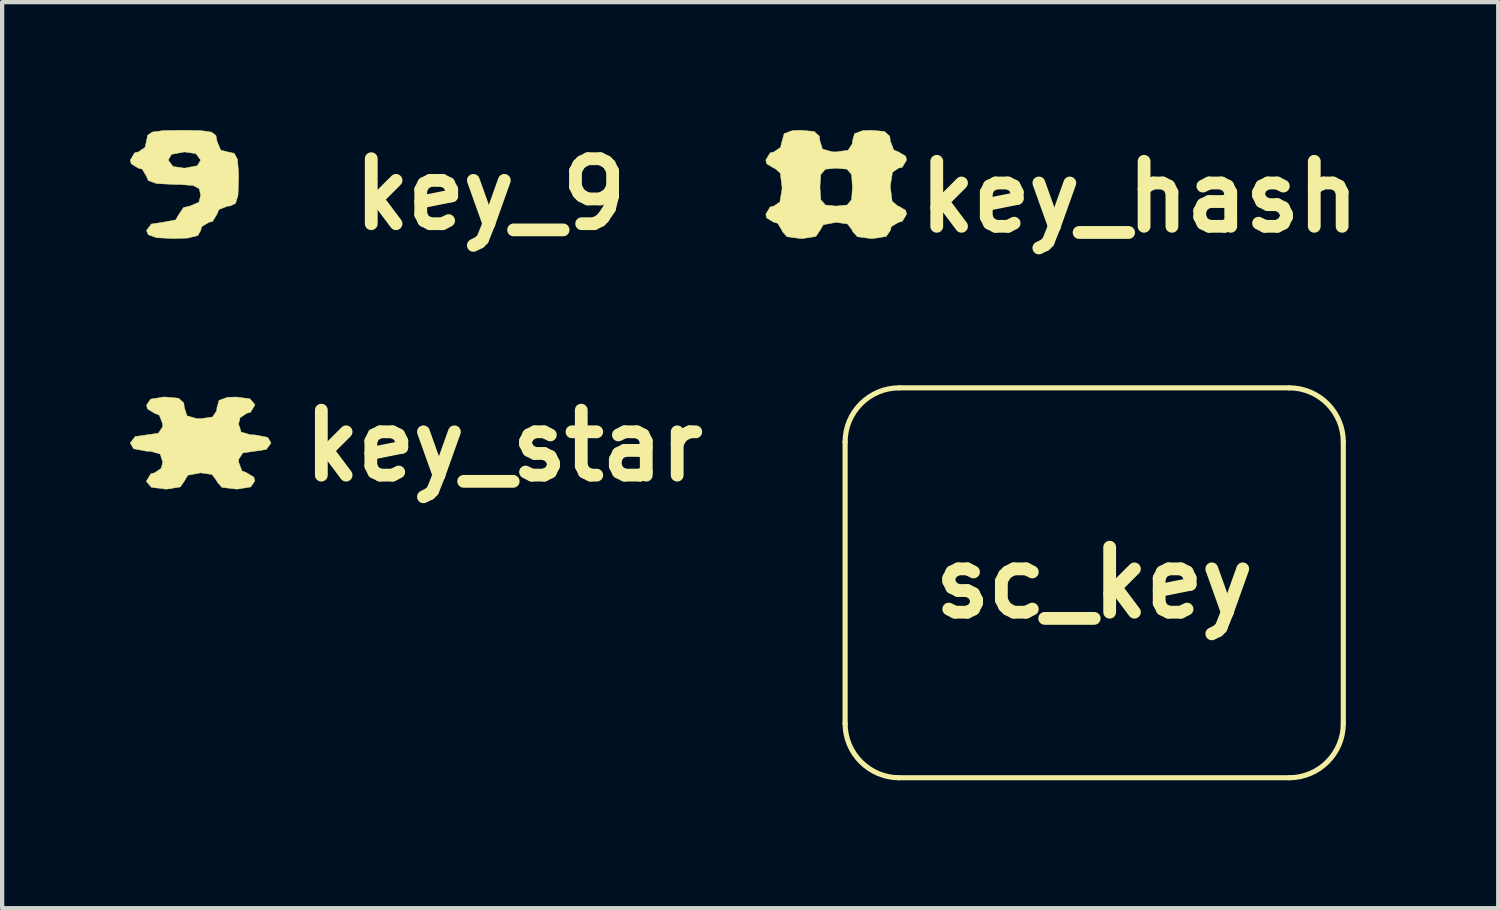
<source format=kicad_pcb>
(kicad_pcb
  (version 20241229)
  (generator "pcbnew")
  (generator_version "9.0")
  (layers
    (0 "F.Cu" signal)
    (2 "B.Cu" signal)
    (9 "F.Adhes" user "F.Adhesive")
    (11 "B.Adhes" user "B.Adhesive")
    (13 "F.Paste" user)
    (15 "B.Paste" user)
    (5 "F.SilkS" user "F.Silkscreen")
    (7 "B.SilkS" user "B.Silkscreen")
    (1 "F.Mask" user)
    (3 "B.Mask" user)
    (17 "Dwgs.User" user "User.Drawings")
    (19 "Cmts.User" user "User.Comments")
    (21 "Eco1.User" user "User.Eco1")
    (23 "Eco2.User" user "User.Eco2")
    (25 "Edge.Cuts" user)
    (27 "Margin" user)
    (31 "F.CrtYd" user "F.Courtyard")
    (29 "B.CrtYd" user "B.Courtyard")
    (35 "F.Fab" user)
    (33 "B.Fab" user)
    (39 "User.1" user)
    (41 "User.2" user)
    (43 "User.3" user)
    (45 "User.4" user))
  (footprint "key_hash"
    (layer "F.Cu")
    (at 16.561 1.568)
    (property "Reference" "key_hash" (at 7.112 0 0) (layer "F.SilkS") (effects (font (size 1.524 1.524) (thickness 0.3))))
    (attr through_hole)
    (fp_poly (pts (xy 1.132 -1.535) (xy 1.255 -1.424) (xy 1.27 -1.309) (xy 1.349 -1.102) (xy 1.46 -1.055) (xy 1.629 -0.954) (xy 1.651 -0.865) (xy 1.549 -0.696) (xy 1.46 -0.674) (xy 1.32 -0.578) (xy 1.27 -0.27) (xy 1.27 -0.23) (xy 1.311 0.099) (xy 1.443 0.214) (xy 1.46 0.215) (xy 1.629 0.316) (xy 1.651 0.405) (xy 1.549 0.574) (xy 1.46 0.596) (xy 1.292 0.697) (xy 1.27 0.786) (xy 1.174 0.927) (xy 0.866 0.976) (xy 0.826 0.977) (xy 0.497 0.935) (xy 0.382 0.804) (xy 0.381 0.786) (xy 0.267 0.635) (xy 0 0.596) (xy -0.302 0.653) (xy -0.381 0.786) (xy -0.477 0.927) (xy -0.785 0.976) (xy -0.826 0.977) (xy -1.154 0.935) (xy -1.269 0.804) (xy -1.27 0.786) (xy -1.372 0.618) (xy -1.46 0.596) (xy -1.629 0.494) (xy -1.651 0.405) (xy -1.549 0.237) (xy -1.46 0.215) (xy -1.32 0.118) (xy -1.27 -0.189) (xy -1.27 -0.23) (xy -0.381 -0.23) (xy -0.36 0.069) (xy -0.252 0.191) (xy 0 0.215) (xy 0.256 0.19) (xy 0.361 0.064) (xy 0.381 -0.23) (xy 0.36 -0.528) (xy 0.252 -0.651) (xy 0 -0.674) (xy -0.256 -0.649) (xy -0.361 -0.524) (xy -0.381 -0.23) (xy -1.27 -0.23) (xy -1.311 -0.559) (xy -1.443 -0.673) (xy -1.46 -0.674) (xy -1.629 -0.776) (xy -1.651 -0.865) (xy -1.549 -1.033) (xy -1.46 -1.055) (xy -1.305 -1.161) (xy -1.27 -1.309) (xy -1.22 -1.484) (xy -1.026 -1.555) (xy -0.826 -1.563) (xy -0.519 -1.535) (xy -0.396 -1.424) (xy -0.381 -1.309) (xy -0.321 -1.123) (xy -0.098 -1.058) (xy 0 -1.055) (xy 0.279 -1.095) (xy 0.377 -1.244) (xy 0.381 -1.309) (xy 0.431 -1.484) (xy 0.625 -1.555) (xy 0.826 -1.563) (xy 1.132 -1.535)) (stroke (width 0.01) (type solid)) (fill yes) (layer "F.SilkS")))
  (footprint "key_star"
    (layer "F.Cu")
    (at 1.656 7.404)
    (property "Reference" "key_star" (at 7.112 0 0) (layer "F.SilkS") (effects (font (size 1.524 1.524) (thickness 0.3))))
    (attr through_hole)
    (fp_poly (pts (xy 1.154 -1.102) (xy 1.269 -0.97) (xy 1.27 -0.953) (xy 1.168 -0.784) (xy 1.079 -0.762) (xy 0.924 -0.656) (xy 0.889 -0.508) (xy 0.949 -0.322) (xy 1.172 -0.257) (xy 1.27 -0.254) (xy 1.572 -0.197) (xy 1.651 -0.064) (xy 1.537 0.088) (xy 1.27 0.127) (xy 0.991 0.167) (xy 0.893 0.315) (xy 0.889 0.381) (xy 0.968 0.588) (xy 1.079 0.635) (xy 1.248 0.737) (xy 1.27 0.826) (xy 1.174 0.966) (xy 0.866 1.016) (xy 0.826 1.016) (xy 0.497 0.975) (xy 0.382 0.843) (xy 0.381 0.826) (xy 0.267 0.674) (xy 0 0.635) (xy -0.302 0.692) (xy -0.381 0.826) (xy -0.477 0.966) (xy -0.785 1.016) (xy -0.826 1.016) (xy -1.154 0.975) (xy -1.269 0.843) (xy -1.27 0.826) (xy -1.168 0.657) (xy -1.079 0.635) (xy -0.924 0.529) (xy -0.889 0.381) (xy -0.949 0.195) (xy -1.172 0.13) (xy -1.27 0.127) (xy -1.572 0.07) (xy -1.651 -0.064) (xy -1.537 -0.215) (xy -1.27 -0.254) (xy -0.991 -0.294) (xy -0.893 -0.442) (xy -0.889 -0.508) (xy -0.968 -0.715) (xy -1.079 -0.762) (xy -1.248 -0.864) (xy -1.27 -0.953) (xy -1.174 -1.093) (xy -0.866 -1.143) (xy -0.826 -1.143) (xy -0.519 -1.115) (xy -0.396 -1.004) (xy -0.381 -0.889) (xy -0.321 -0.703) (xy -0.098 -0.638) (xy 0 -0.635) (xy 0.279 -0.675) (xy 0.377 -0.823) (xy 0.381 -0.889) (xy 0.431 -1.064) (xy 0.625 -1.135) (xy 0.826 -1.143) (xy 1.154 -1.102)) (stroke (width 0.01) (type solid)) (fill yes) (layer "F.SilkS")))
  (footprint "sc_key"
    (layer "F.Cu")
    (at 22.612 10.618)
    (property "Reference" "sc_key" (at 0 0 0) (layer "F.SilkS") (effects (font (size 1.524 1.524) (thickness 0.3))))
    (attr through_hole)
    (fp_line (start -5.842 3.302) (end -5.842 -3.302) (stroke (width 0.12) (type solid)) (layer "F.SilkS"))
    (fp_line (start -4.572 -4.572) (end 4.572 -4.572) (stroke (width 0.12) (type solid)) (layer "F.SilkS"))
    (fp_line (start 4.572 4.572) (end -4.572 4.572) (stroke (width 0.12) (type solid)) (layer "F.SilkS"))
    (fp_line (start 5.842 3.302) (end 5.842 -3.302) (stroke (width 0.12) (type solid)) (layer "F.SilkS"))
    (fp_arc (start -5.842 -3.302) (mid -5.470026 -4.200026) (end -4.572 -4.572) (stroke (width 0.12) (type solid)) (layer "F.SilkS"))
    (fp_arc (start -4.572 4.572) (mid -5.470026 4.200026) (end -5.842 3.302) (stroke (width 0.12) (type solid)) (layer "F.SilkS"))
    (fp_arc (start 4.572 -4.572) (mid 5.470026 -4.200026) (end 5.842 -3.302) (stroke (width 0.12) (type solid)) (layer "F.SilkS"))
    (fp_arc (start 5.842 3.302) (mid 5.470026 4.200026) (end 4.572 4.572) (stroke (width 0.12) (type solid)) (layer "F.SilkS")))
  (footprint "key_9"
    (layer "F.Cu")
    (at 1.339 1.507)
    (property "Reference" "key_9" (at 7.112 0 0) (layer "F.SilkS") (effects (font (size 1.524 1.524) (thickness 0.3))))
    (attr through_hole)
    (fp_poly (pts (xy 0.32 -1.494) (xy 0.569 -1.459) (xy 0.676 -1.379) (xy 0.699 -1.248) (xy 0.788 -1.036) (xy 0.953 -0.994) (xy 1.105 -0.96) (xy 1.181 -0.819) (xy 1.205 -0.506) (xy 1.206 -0.359) (xy 1.193 0.022) (xy 1.136 0.212) (xy 1.011 0.273) (xy 0.953 0.276) (xy 0.746 0.356) (xy 0.699 0.467) (xy 0.597 0.635) (xy 0.508 0.657) (xy 0.34 0.759) (xy 0.318 0.848) (xy 0.25 0.967) (xy 0.014 1.026) (xy -0.318 1.038) (xy -0.717 1.018) (xy -0.912 0.947) (xy -0.953 0.848) (xy -0.839 0.696) (xy -0.572 0.657) (xy -0.269 0.6) (xy -0.191 0.467) (xy -0.085 0.311) (xy 0.064 0.276) (xy 0.276 0.186) (xy 0.318 0.022) (xy 0.284 -0.13) (xy 0.142 -0.206) (xy -0.171 -0.231) (xy -0.318 -0.232) (xy -0.717 -0.252) (xy -0.912 -0.323) (xy -0.953 -0.422) (xy -1.054 -0.591) (xy -1.143 -0.613) (xy -1.311 -0.715) (xy -1.333 -0.803) (xy -0.445 -0.803) (xy -0.331 -0.652) (xy -0.064 -0.613) (xy 0.239 -0.67) (xy 0.318 -0.803) (xy 0.204 -0.955) (xy -0.064 -0.994) (xy -0.366 -0.937) (xy -0.445 -0.803) (xy -1.333 -0.803) (xy -1.232 -0.972) (xy -1.143 -0.994) (xy -0.988 -1.1) (xy -0.953 -1.248) (xy -0.927 -1.385) (xy -0.812 -1.462) (xy -0.553 -1.495) (xy -0.127 -1.502) (xy 0.32 -1.494)) (stroke (width 0.01) (type solid)) (fill yes) (layer "F.SilkS")))
  (gr_rect
    (start -3 -3)
    (end 32.087 18.25)
    (stroke (width 0.1) (type default))
    (fill no)
    (layer "Edge.Cuts")))
</source>
